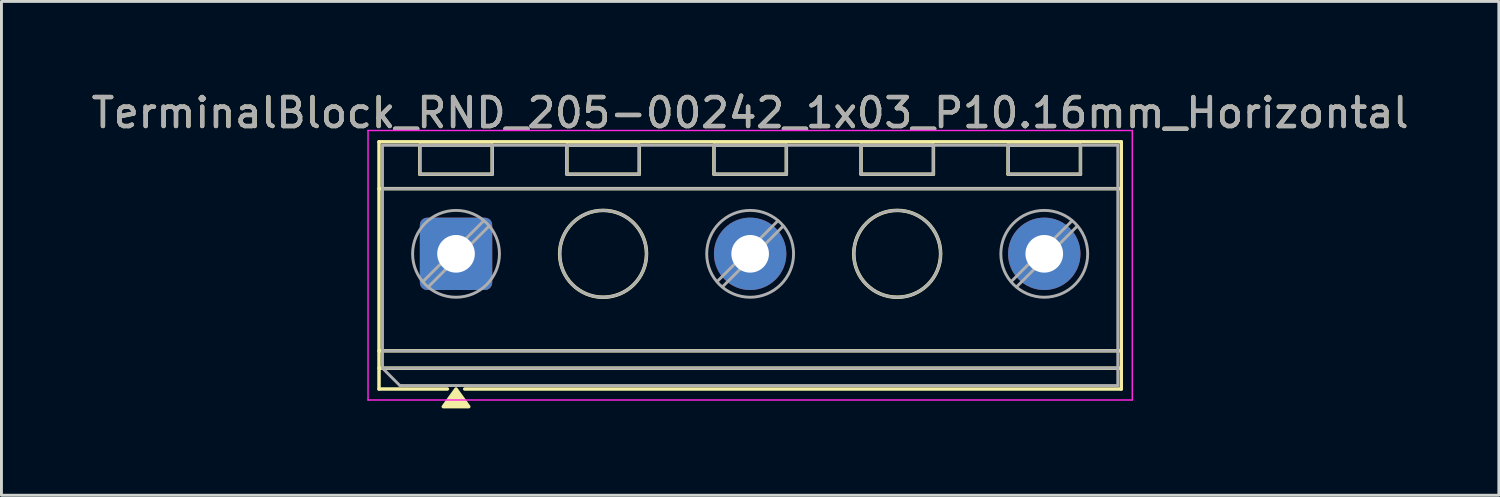
<source format=kicad_pcb>
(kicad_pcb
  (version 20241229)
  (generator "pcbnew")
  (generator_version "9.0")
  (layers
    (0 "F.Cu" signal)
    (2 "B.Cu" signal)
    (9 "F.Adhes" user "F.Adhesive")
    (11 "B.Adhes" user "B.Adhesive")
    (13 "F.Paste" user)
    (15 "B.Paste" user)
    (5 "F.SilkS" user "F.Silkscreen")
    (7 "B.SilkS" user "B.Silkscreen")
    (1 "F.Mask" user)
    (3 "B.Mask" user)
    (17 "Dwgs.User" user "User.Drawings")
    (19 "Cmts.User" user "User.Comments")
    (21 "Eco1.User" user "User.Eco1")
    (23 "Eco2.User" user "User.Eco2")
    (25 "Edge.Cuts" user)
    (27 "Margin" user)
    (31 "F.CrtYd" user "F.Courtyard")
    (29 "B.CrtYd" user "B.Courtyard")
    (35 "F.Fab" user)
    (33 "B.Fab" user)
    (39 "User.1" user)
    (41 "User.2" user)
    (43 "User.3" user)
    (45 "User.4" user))
  (footprint "TerminalBlock_RND_205-00242_1x03_P10.16mm_Horizontal"
    (layer "F.Cu")
    (at 12.703 5.718)
    (property "Reference" "TerminalBlock_RND_205-00242_1x03_P10.16mm_Horizontal" (at 10.16 -4.87 0) (layer "F.SilkS") (effects (font (size 1 1) (thickness 0.15))))
    (attr through_hole)
    (fp_line (start -2.66 -3.87) (end 22.98 -3.87) (stroke (width 0.12) (type solid)) (layer "F.SilkS"))
    (fp_line (start -2.66 -2.25) (end 22.98 -2.25) (stroke (width 0.12) (type solid)) (layer "F.SilkS"))
    (fp_line (start -2.66 3.35) (end 22.98 3.35) (stroke (width 0.12) (type solid)) (layer "F.SilkS"))
    (fp_line (start -2.66 3.95) (end 22.98 3.95) (stroke (width 0.12) (type solid)) (layer "F.SilkS"))
    (fp_line (start -2.66 4.67) (end -2.66 -3.87) (stroke (width 0.12) (type solid)) (layer "F.SilkS"))
    (fp_line (start -1.25 -3.75) (end 1.25 -3.75) (stroke (width 0.12) (type solid)) (layer "F.SilkS"))
    (fp_line (start -1.25 -2.75) (end -1.25 -3.75) (stroke (width 0.12) (type solid)) (layer "F.SilkS"))
    (fp_line (start -0.3 4.67) (end -2.66 4.67) (stroke (width 0.12) (type solid)) (layer "F.SilkS"))
    (fp_line (start 1.25 -3.75) (end 1.25 -2.75) (stroke (width 0.12) (type solid)) (layer "F.SilkS"))
    (fp_line (start 1.25 -2.75) (end -1.25 -2.75) (stroke (width 0.12) (type solid)) (layer "F.SilkS"))
    (fp_line (start 3.83 -3.75) (end 6.33 -3.75) (stroke (width 0.12) (type solid)) (layer "F.SilkS"))
    (fp_line (start 3.83 -2.75) (end 3.83 -3.75) (stroke (width 0.12) (type solid)) (layer "F.SilkS"))
    (fp_line (start 6.33 -3.75) (end 6.33 -2.75) (stroke (width 0.12) (type solid)) (layer "F.SilkS"))
    (fp_line (start 6.33 -2.75) (end 3.83 -2.75) (stroke (width 0.12) (type solid)) (layer "F.SilkS"))
    (fp_line (start 8.91 -3.75) (end 11.41 -3.75) (stroke (width 0.12) (type solid)) (layer "F.SilkS"))
    (fp_line (start 8.91 -2.75) (end 8.91 -3.75) (stroke (width 0.12) (type solid)) (layer "F.SilkS"))
    (fp_line (start 11.41 -3.75) (end 11.41 -2.75) (stroke (width 0.12) (type solid)) (layer "F.SilkS"))
    (fp_line (start 11.41 -2.75) (end 8.91 -2.75) (stroke (width 0.12) (type solid)) (layer "F.SilkS"))
    (fp_line (start 13.99 -3.75) (end 16.49 -3.75) (stroke (width 0.12) (type solid)) (layer "F.SilkS"))
    (fp_line (start 13.99 -2.75) (end 13.99 -3.75) (stroke (width 0.12) (type solid)) (layer "F.SilkS"))
    (fp_line (start 16.49 -3.75) (end 16.49 -2.75) (stroke (width 0.12) (type solid)) (layer "F.SilkS"))
    (fp_line (start 16.49 -2.75) (end 13.99 -2.75) (stroke (width 0.12) (type solid)) (layer "F.SilkS"))
    (fp_line (start 19.07 -3.75) (end 21.57 -3.75) (stroke (width 0.12) (type solid)) (layer "F.SilkS"))
    (fp_line (start 19.07 -2.75) (end 19.07 -3.75) (stroke (width 0.12) (type solid)) (layer "F.SilkS"))
    (fp_line (start 21.57 -3.75) (end 21.57 -2.75) (stroke (width 0.12) (type solid)) (layer "F.SilkS"))
    (fp_line (start 21.57 -2.75) (end 19.07 -2.75) (stroke (width 0.12) (type solid)) (layer "F.SilkS"))
    (fp_line (start 22.98 -3.87) (end 22.98 4.67) (stroke (width 0.12) (type solid)) (layer "F.SilkS"))
    (fp_line (start 22.98 4.67) (end 0.3 4.67) (stroke (width 0.12) (type solid)) (layer "F.SilkS"))
    (fp_circle (center 5.08 0) (end 6.58 0) (stroke (width 0.12) (type solid)) (fill no) (layer "F.SilkS"))
    (fp_circle (center 15.24 0) (end 16.74 0) (stroke (width 0.12) (type solid)) (fill no) (layer "F.SilkS"))
    (fp_poly (pts (xy 0 4.67) (xy 0.44 5.28) (xy -0.44 5.28)) (stroke (width 0.12) (type solid)) (fill yes) (layer "F.SilkS"))
    (fp_line (start -3.04 -4.26) (end -3.04 5.05) (stroke (width 0.05) (type solid)) (layer "F.CrtYd"))
    (fp_line (start -3.04 5.05) (end 23.36 5.05) (stroke (width 0.05) (type solid)) (layer "F.CrtYd"))
    (fp_line (start 23.36 -4.26) (end -3.04 -4.26) (stroke (width 0.05) (type solid)) (layer "F.CrtYd"))
    (fp_line (start 23.36 5.05) (end 23.36 -4.26) (stroke (width 0.05) (type solid)) (layer "F.CrtYd"))
    (fp_line (start -2.54 -3.75) (end 22.86 -3.75) (stroke (width 0.1) (type solid)) (layer "F.Fab"))
    (fp_line (start -2.54 -2.25) (end 22.86 -2.25) (stroke (width 0.1) (type solid)) (layer "F.Fab"))
    (fp_line (start -2.54 3.35) (end 22.86 3.35) (stroke (width 0.1) (type solid)) (layer "F.Fab"))
    (fp_line (start -2.54 3.95) (end -2.54 -3.75) (stroke (width 0.1) (type solid)) (layer "F.Fab"))
    (fp_line (start -2.54 3.95) (end 22.86 3.95) (stroke (width 0.1) (type solid)) (layer "F.Fab"))
    (fp_line (start -1.94 4.55) (end -2.54 3.95) (stroke (width 0.1) (type solid)) (layer "F.Fab"))
    (fp_line (start -1.25 -3.75) (end -1.25 -2.75) (stroke (width 0.1) (type solid)) (layer "F.Fab"))
    (fp_line (start -1.25 -2.75) (end 1.25 -2.75) (stroke (width 0.1) (type solid)) (layer "F.Fab"))
    (fp_line (start 0.955 -1.138) (end -1.138 0.955) (stroke (width 0.1) (type solid)) (layer "F.Fab"))
    (fp_line (start 1.138 -0.955) (end -0.955 1.138) (stroke (width 0.1) (type solid)) (layer "F.Fab"))
    (fp_line (start 1.25 -3.75) (end -1.25 -3.75) (stroke (width 0.1) (type solid)) (layer "F.Fab"))
    (fp_line (start 1.25 -2.75) (end 1.25 -3.75) (stroke (width 0.1) (type solid)) (layer "F.Fab"))
    (fp_line (start 3.83 -3.75) (end 3.83 -2.75) (stroke (width 0.1) (type solid)) (layer "F.Fab"))
    (fp_line (start 3.83 -2.75) (end 6.33 -2.75) (stroke (width 0.1) (type solid)) (layer "F.Fab"))
    (fp_line (start 6.33 -3.75) (end 3.83 -3.75) (stroke (width 0.1) (type solid)) (layer "F.Fab"))
    (fp_line (start 6.33 -2.75) (end 6.33 -3.75) (stroke (width 0.1) (type solid)) (layer "F.Fab"))
    (fp_line (start 8.91 -3.75) (end 8.91 -2.75) (stroke (width 0.1) (type solid)) (layer "F.Fab"))
    (fp_line (start 8.91 -2.75) (end 11.41 -2.75) (stroke (width 0.1) (type solid)) (layer "F.Fab"))
    (fp_line (start 11.115 -1.138) (end 9.022 0.955) (stroke (width 0.1) (type solid)) (layer "F.Fab"))
    (fp_line (start 11.298 -0.955) (end 9.205 1.138) (stroke (width 0.1) (type solid)) (layer "F.Fab"))
    (fp_line (start 11.41 -3.75) (end 8.91 -3.75) (stroke (width 0.1) (type solid)) (layer "F.Fab"))
    (fp_line (start 11.41 -2.75) (end 11.41 -3.75) (stroke (width 0.1) (type solid)) (layer "F.Fab"))
    (fp_line (start 13.99 -3.75) (end 13.99 -2.75) (stroke (width 0.1) (type solid)) (layer "F.Fab"))
    (fp_line (start 13.99 -2.75) (end 16.49 -2.75) (stroke (width 0.1) (type solid)) (layer "F.Fab"))
    (fp_line (start 16.49 -3.75) (end 13.99 -3.75) (stroke (width 0.1) (type solid)) (layer "F.Fab"))
    (fp_line (start 16.49 -2.75) (end 16.49 -3.75) (stroke (width 0.1) (type solid)) (layer "F.Fab"))
    (fp_line (start 19.07 -3.75) (end 19.07 -2.75) (stroke (width 0.1) (type solid)) (layer "F.Fab"))
    (fp_line (start 19.07 -2.75) (end 21.57 -2.75) (stroke (width 0.1) (type solid)) (layer "F.Fab"))
    (fp_line (start 21.275 -1.138) (end 19.182 0.955) (stroke (width 0.1) (type solid)) (layer "F.Fab"))
    (fp_line (start 21.458 -0.955) (end 19.365 1.138) (stroke (width 0.1) (type solid)) (layer "F.Fab"))
    (fp_line (start 21.57 -3.75) (end 19.07 -3.75) (stroke (width 0.1) (type solid)) (layer "F.Fab"))
    (fp_line (start 21.57 -2.75) (end 21.57 -3.75) (stroke (width 0.1) (type solid)) (layer "F.Fab"))
    (fp_line (start 22.86 -3.75) (end 22.86 4.55) (stroke (width 0.1) (type solid)) (layer "F.Fab"))
    (fp_line (start 22.86 4.55) (end -1.94 4.55) (stroke (width 0.1) (type solid)) (layer "F.Fab"))
    (fp_circle (center 0 0) (end 1.5 0) (stroke (width 0.1) (type solid)) (fill no) (layer "F.Fab"))
    (fp_circle (center 5.08 0) (end 6.58 0) (stroke (width 0.1) (type solid)) (fill no) (layer "F.Fab"))
    (fp_circle (center 10.16 0) (end 11.66 0) (stroke (width 0.1) (type solid)) (fill no) (layer "F.Fab"))
    (fp_circle (center 15.24 0) (end 16.74 0) (stroke (width 0.1) (type solid)) (fill no) (layer "F.Fab"))
    (fp_circle (center 20.32 0) (end 21.82 0) (stroke (width 0.1) (type solid)) (fill no) (layer "F.Fab"))
    (fp_text user "${REFERENCE}" (at 10.16 -4.87 0) (layer "F.Fab") (effects (font (size 1 1) (thickness 0.15))))
    (pad "1" thru_hole roundrect (at 0 0) (size 2.5 2.5) (drill 1.3) (layers "*.Cu" "*.Mask") (roundrect_rratio 0.1))
    (pad "2" thru_hole circle (at 10.16 0) (size 2.5 2.5) (drill 1.3) (layers "*.Cu" "*.Mask"))
    (pad "3" thru_hole circle (at 20.32 0) (size 2.5 2.5) (drill 1.3) (layers "*.Cu" "*.Mask")))
  (gr_rect
    (start -3 -3)
    (end 48.726 14.058)
    (stroke (width 0.1) (type default))
    (fill no)
    (layer "Edge.Cuts")))
</source>
